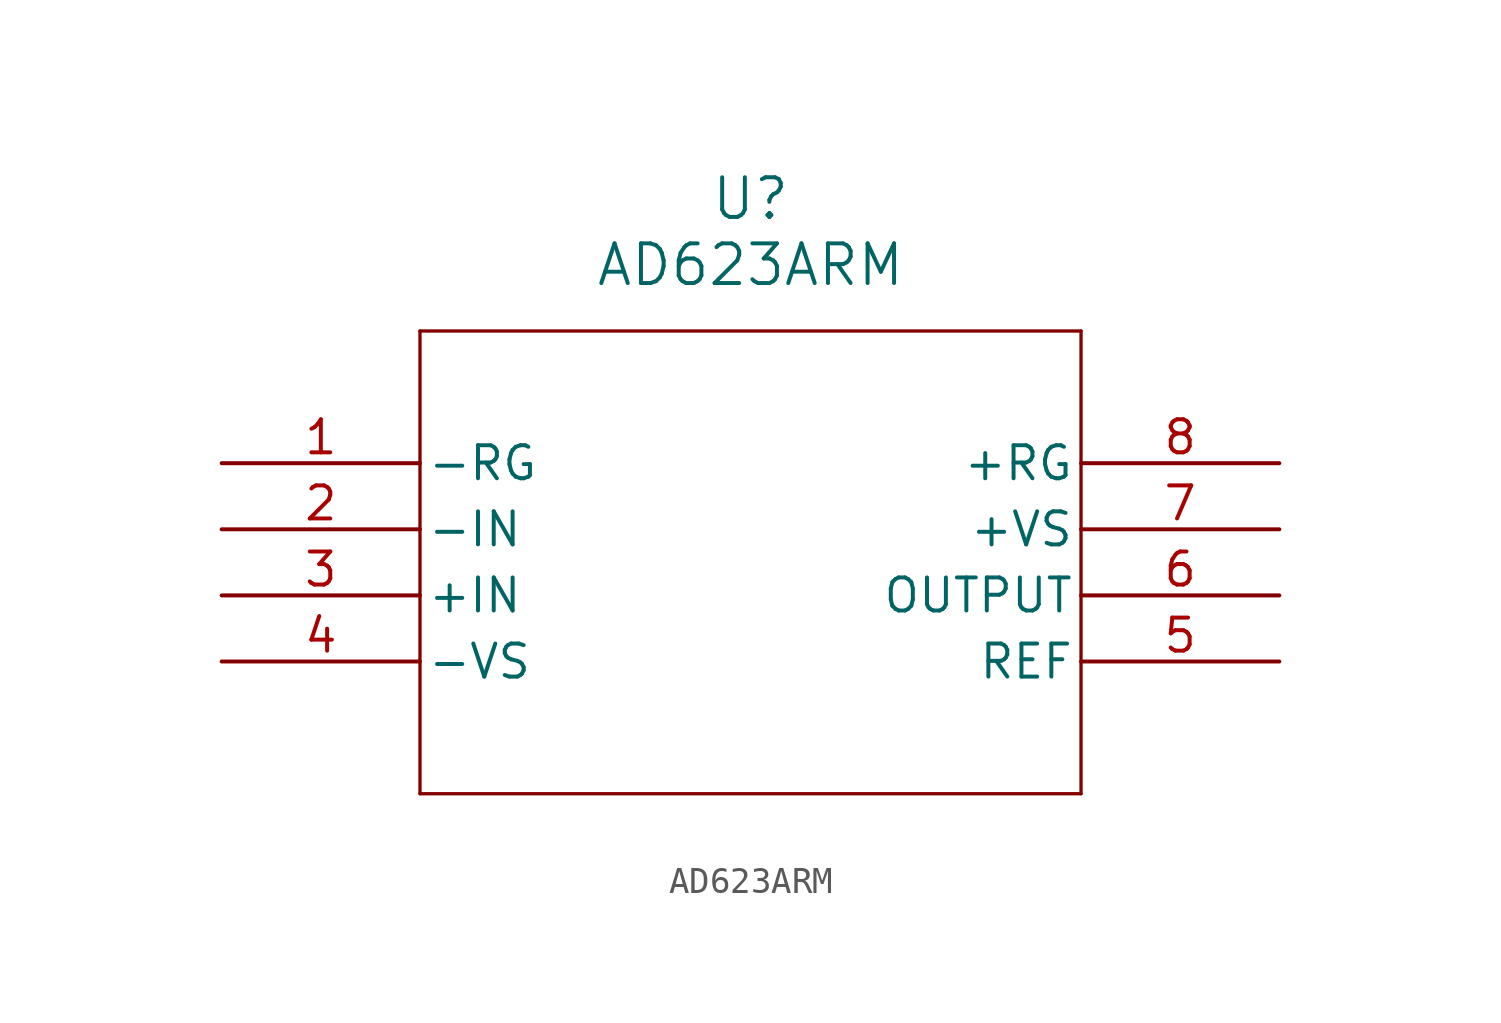
<source format=kicad_sym>
(kicad_symbol_lib
  (version 20211014)
  (generator kicad_symbol_editor)
  (symbol "AD623ARM"
    (pin_names
      (offset 0.254))
    (property "Reference" "U"
      (at 20.32 10.16 0)
      (effects (font (size 1.524 1.524))))
    (property "Value" "AD623ARM"
      (at 20.32 7.62 0)
      (effects (font (size 1.524 1.524))))
    (symbol "AD623ARM_0_1"
      (polyline (pts (xy 7.62 5.08) (xy 7.62 -12.7)) (stroke (width 0.127) (type default) (color 0 0 0 0)) (fill (type none)))
      (polyline (pts (xy 7.62 -12.7) (xy 33.02 -12.7)) (stroke (width 0.127) (type default) (color 0 0 0 0)) (fill (type none)))
      (polyline (pts (xy 33.02 -12.7) (xy 33.02 5.08)) (stroke (width 0.127) (type default) (color 0 0 0 0)) (fill (type none)))
      (polyline (pts (xy 33.02 5.08) (xy 7.62 5.08)) (stroke (width 0.127) (type default) (color 0 0 0 0)) (fill (type none)))
      (pin unspecified line (at 0 0 0) (length 7.62) (name "-RG" (effects (font (size 1.27 1.27)))) (number "1" (effects (font (size 1.27 1.27)))))
      (pin unspecified line (at 0 -2.54 0) (length 7.62) (name "-IN" (effects (font (size 1.27 1.27)))) (number "2" (effects (font (size 1.27 1.27)))))
      (pin unspecified line (at 0 -5.08 0) (length 7.62) (name "+IN" (effects (font (size 1.27 1.27)))) (number "3" (effects (font (size 1.27 1.27)))))
      (pin power_in line (at 0 -7.62 0) (length 7.62) (name "-VS" (effects (font (size 1.27 1.27)))) (number "4" (effects (font (size 1.27 1.27)))))
      (pin unspecified line (at 40.64 -7.62 180) (length 7.62) (name "REF" (effects (font (size 1.27 1.27)))) (number "5" (effects (font (size 1.27 1.27)))))
      (pin unspecified line (at 40.64 -5.08 180) (length 7.62) (name "OUTPUT" (effects (font (size 1.27 1.27)))) (number "6" (effects (font (size 1.27 1.27)))))
      (pin power_in line (at 40.64 -2.54 180) (length 7.62) (name "+VS" (effects (font (size 1.27 1.27)))) (number "7" (effects (font (size 1.27 1.27)))))
      (pin unspecified line (at 40.64 0 180) (length 7.62) (name "+RG" (effects (font (size 1.27 1.27)))) (number "8" (effects (font (size 1.27 1.27))))))))
</source>
